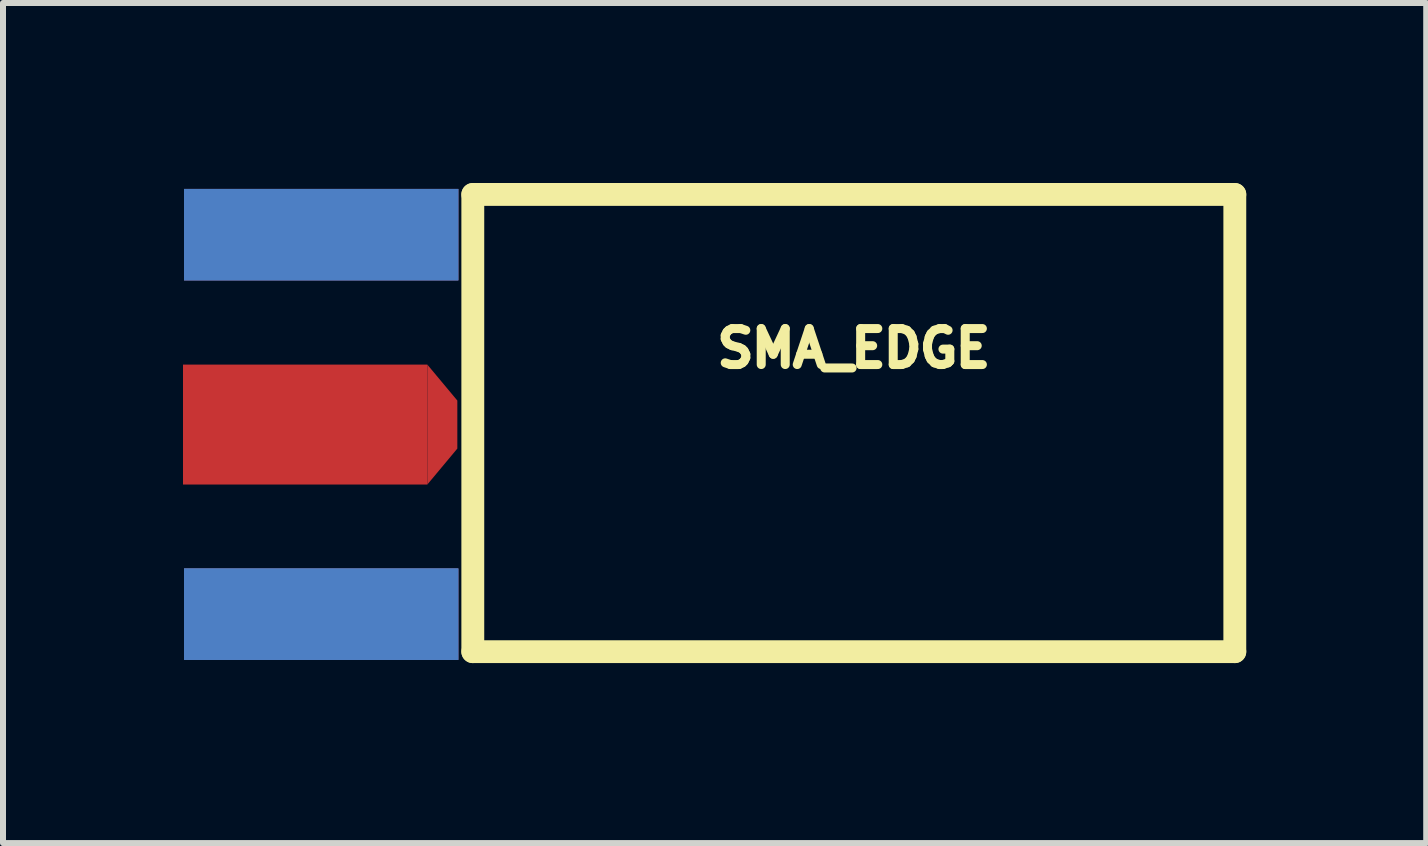
<source format=kicad_pcb>
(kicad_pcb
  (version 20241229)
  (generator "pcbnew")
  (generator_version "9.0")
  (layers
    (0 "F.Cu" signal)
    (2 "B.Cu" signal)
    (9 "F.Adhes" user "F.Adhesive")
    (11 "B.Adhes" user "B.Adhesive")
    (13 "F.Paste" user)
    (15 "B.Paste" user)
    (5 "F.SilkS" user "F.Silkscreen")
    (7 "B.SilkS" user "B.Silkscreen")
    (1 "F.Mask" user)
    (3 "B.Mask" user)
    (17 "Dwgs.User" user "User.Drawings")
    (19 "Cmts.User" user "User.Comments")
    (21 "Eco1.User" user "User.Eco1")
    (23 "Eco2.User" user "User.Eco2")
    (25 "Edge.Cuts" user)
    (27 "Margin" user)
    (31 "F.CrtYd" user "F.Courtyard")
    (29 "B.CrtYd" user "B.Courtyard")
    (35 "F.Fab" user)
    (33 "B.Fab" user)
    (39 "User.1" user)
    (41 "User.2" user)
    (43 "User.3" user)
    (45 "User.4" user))
  (footprint "SMA_EDGE"
    (layer "F.Cu")
    (at 11.18 2.756)
    (property "Reference" "SMA_EDGE" (at 0 0 0) (layer "F.SilkS") (effects (font (size 0.6 0.6) (thickness 0.15))))
    (attr through_hole)
    (fp_line (start -6.35 -2.565) (end -6.35 5.055) (stroke (width 0.381) (type solid)) (layer "F.SilkS"))
    (fp_line (start -6.35 5.055) (end 6.35 5.055) (stroke (width 0.381) (type solid)) (layer "F.SilkS"))
    (fp_line (start 6.35 -2.565) (end -6.35 -2.565) (stroke (width 0.381) (type solid)) (layer "F.SilkS"))
    (fp_line (start 6.35 5.055) (end 6.35 -2.565) (stroke (width 0.381) (type solid)) (layer "F.SilkS"))
    (pad "0" connect rect (at -8.877 -1.895) (size 4.572 1.524) (layers "*.Cu" "F.Mask"))
    (pad "1" connect rect (at -9.144 1.27) (size 4.072 1.999) (layers "F.Cu" "F.Mask"))
    (pad "1" connect trapezoid (at -6.858 1.27) (size 0.5 1.4) (rect_delta 0.599 0) (layers "F.Cu" "F.Mask"))
    (pad "2" connect rect (at -8.877 4.43) (size 4.572 1.524) (layers "*.Cu" "F.Mask"))
    (pad "3" connect rect (at -8.877 -1.895) (size 4.572 1.524) (layers "B.Cu" "B.Mask"))
    (pad "4" connect rect (at -8.877 4.43) (size 4.572 1.524) (layers "B.Cu" "B.Mask")))
  (gr_rect
    (start -3 -3)
    (end 20.72 11.001)
    (stroke (width 0.1) (type default))
    (fill no)
    (layer "Edge.Cuts")))
</source>
